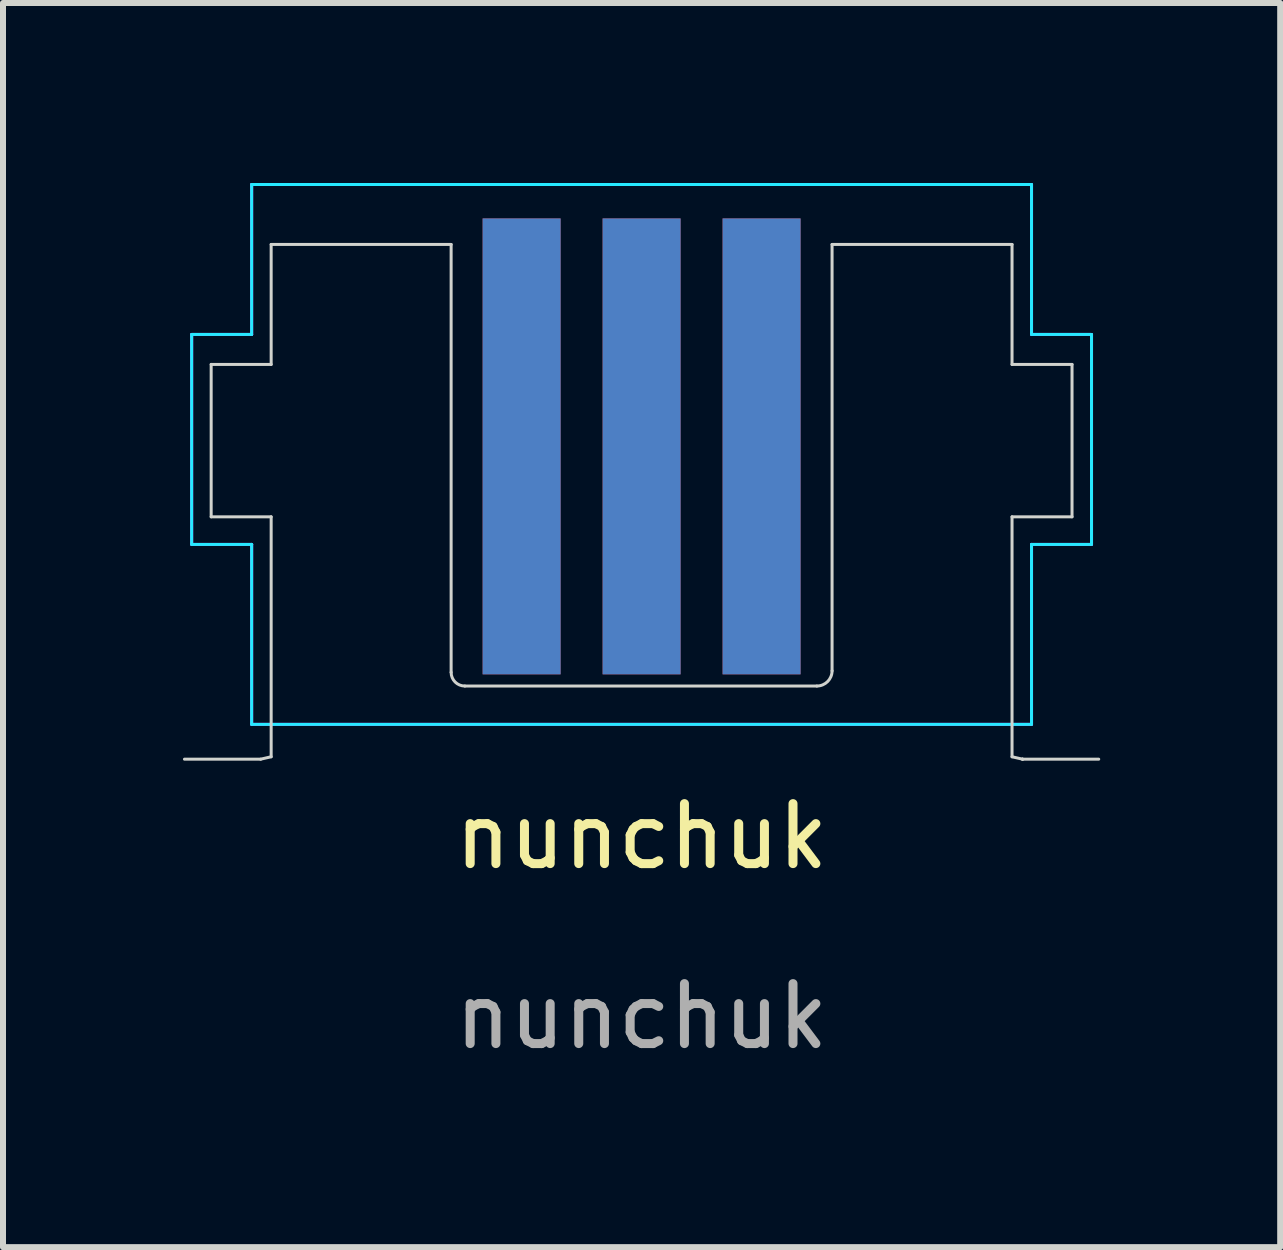
<source format=kicad_pcb>
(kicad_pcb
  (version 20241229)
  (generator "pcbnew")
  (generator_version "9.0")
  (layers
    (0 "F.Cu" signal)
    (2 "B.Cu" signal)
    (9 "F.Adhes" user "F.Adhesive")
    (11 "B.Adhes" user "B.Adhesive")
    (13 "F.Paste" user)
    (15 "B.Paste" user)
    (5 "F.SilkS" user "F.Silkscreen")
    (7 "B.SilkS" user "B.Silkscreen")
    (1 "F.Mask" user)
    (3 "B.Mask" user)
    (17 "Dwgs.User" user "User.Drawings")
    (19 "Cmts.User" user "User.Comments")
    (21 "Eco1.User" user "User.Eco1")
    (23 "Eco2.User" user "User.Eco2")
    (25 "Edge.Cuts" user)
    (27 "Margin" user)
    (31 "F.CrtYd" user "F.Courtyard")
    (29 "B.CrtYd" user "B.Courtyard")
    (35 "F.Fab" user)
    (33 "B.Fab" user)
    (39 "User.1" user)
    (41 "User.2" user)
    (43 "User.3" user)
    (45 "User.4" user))
  (footprint "nunchuk"
    (layer "F.Cu")
    (at 7.645 4.525)
    (property "Reference" "nunchuk" (at 0 6.366 0) (unlocked yes) (layer "F.SilkS") (effects (font (size 1 1) (thickness 0.15))))
    (fp_line (start -7.175 -1.5) (end -7.175 1.04) (stroke (width 0.05) (type default)) (layer "Edge.Cuts"))
    (fp_line (start -7.175 -1.5) (end -6.175 -1.5) (stroke (width 0.05) (type default)) (layer "Edge.Cuts"))
    (fp_line (start -6.35 5.08) (end -7.62 5.08) (stroke (width 0.05) (type default)) (layer "Edge.Cuts"))
    (fp_line (start -6.175 -3.5) (end -6.175 -1.5) (stroke (width 0.05) (type default)) (layer "Edge.Cuts"))
    (fp_line (start -6.175 -3.5) (end -3.175 -3.5) (stroke (width 0.05) (type default)) (layer "Edge.Cuts"))
    (fp_line (start -6.175 1.04) (end -7.175 1.04) (stroke (width 0.05) (type default)) (layer "Edge.Cuts"))
    (fp_line (start -6.175 1.04) (end -6.175 5.04) (stroke (width 0.05) (type default)) (layer "Edge.Cuts"))
    (fp_line (start -6.175 5.04) (end -6.35 5.08) (stroke (width 0.05) (type default)) (layer "Edge.Cuts"))
    (fp_line (start -3.175 -3.5) (end -3.175 3.632) (stroke (width 0.05) (type default)) (layer "Edge.Cuts"))
    (fp_line (start -2.946 3.861) (end 2.921 3.861) (stroke (width 0.05) (type default)) (layer "Edge.Cuts"))
    (fp_line (start 3.175 -3.5) (end 3.175 3.607) (stroke (width 0.05) (type default)) (layer "Edge.Cuts"))
    (fp_line (start 3.175 -3.5) (end 6.175 -3.5) (stroke (width 0.05) (type default)) (layer "Edge.Cuts"))
    (fp_line (start 6.175 -3.5) (end 6.175 -1.5) (stroke (width 0.05) (type default)) (layer "Edge.Cuts"))
    (fp_line (start 6.175 1.04) (end 6.175 5.04) (stroke (width 0.05) (type default)) (layer "Edge.Cuts"))
    (fp_line (start 6.175 5.04) (end 6.35 5.08) (stroke (width 0.05) (type default)) (layer "Edge.Cuts"))
    (fp_line (start 6.35 5.08) (end 6.35 5.08) (stroke (width 0.05) (type default)) (layer "Edge.Cuts"))
    (fp_line (start 6.35 5.08) (end 6.35 5.08) (stroke (width 0.05) (type default)) (layer "Edge.Cuts"))
    (fp_line (start 6.35 5.08) (end 7.62 5.08) (stroke (width 0.05) (type default)) (layer "Edge.Cuts"))
    (fp_line (start 7.175 -1.5) (end 6.175 -1.5) (stroke (width 0.05) (type default)) (layer "Edge.Cuts"))
    (fp_line (start 7.175 -1.5) (end 7.175 1.04) (stroke (width 0.05) (type default)) (layer "Edge.Cuts"))
    (fp_line (start 7.175 1.04) (end 6.175 1.04) (stroke (width 0.05) (type default)) (layer "Edge.Cuts"))
    (fp_arc (start -2.9464 3.8608) (mid -3.108045 3.793845) (end -3.175 3.6322) (stroke (width 0.05) (type default)) (layer "Edge.Cuts"))
    (fp_arc (start 3.175 3.6068) (mid 3.100605 3.786405) (end 2.921 3.8608) (stroke (width 0.05) (type default)) (layer "Edge.Cuts"))
    (fp_line (start -7.5 -2) (end -6.5 -2) (stroke (width 0.05) (type default)) (layer "B.CrtYd"))
    (fp_line (start -7.5 1.5) (end -7.5 -2) (stroke (width 0.05) (type default)) (layer "B.CrtYd"))
    (fp_line (start -6.5 -4.5) (end 6.5 -4.5) (stroke (width 0.05) (type default)) (layer "B.CrtYd"))
    (fp_line (start -6.5 -2) (end -6.5 -4.5) (stroke (width 0.05) (type default)) (layer "B.CrtYd"))
    (fp_line (start -6.5 1.5) (end -7.5 1.5) (stroke (width 0.05) (type default)) (layer "B.CrtYd"))
    (fp_line (start -6.5 4.5) (end -6.5 1.5) (stroke (width 0.05) (type default)) (layer "B.CrtYd"))
    (fp_line (start 6.5 -4.5) (end 6.5 -2) (stroke (width 0.05) (type default)) (layer "B.CrtYd"))
    (fp_line (start 6.5 -2) (end 7.5 -2) (stroke (width 0.05) (type default)) (layer "B.CrtYd"))
    (fp_line (start 6.5 1.5) (end 6.5 4.5) (stroke (width 0.05) (type default)) (layer "B.CrtYd"))
    (fp_line (start 6.5 4.5) (end -6.5 4.5) (stroke (width 0.05) (type default)) (layer "B.CrtYd"))
    (fp_line (start 7.5 -2) (end 7.5 1.5) (stroke (width 0.05) (type default)) (layer "B.CrtYd"))
    (fp_line (start 7.5 1.5) (end 6.5 1.5) (stroke (width 0.05) (type default)) (layer "B.CrtYd"))
    (fp_line (start -7.5 -2) (end -7.5 1.5) (stroke (width 0.05) (type default)) (layer "F.CrtYd"))
    (fp_line (start -7.5 1.5) (end -6.5 1.5) (stroke (width 0.05) (type default)) (layer "F.CrtYd"))
    (fp_line (start -6.5 -4.5) (end -6.5 -2) (stroke (width 0.05) (type default)) (layer "F.CrtYd"))
    (fp_line (start -6.5 -2) (end -7.5 -2) (stroke (width 0.05) (type default)) (layer "F.CrtYd"))
    (fp_line (start -6.5 1.5) (end -6.5 4.5) (stroke (width 0.05) (type default)) (layer "F.CrtYd"))
    (fp_line (start -6.5 4.5) (end 6.5 4.5) (stroke (width 0.05) (type default)) (layer "F.CrtYd"))
    (fp_line (start 6.5 -4.5) (end -6.5 -4.5) (stroke (width 0.05) (type default)) (layer "F.CrtYd"))
    (fp_line (start 6.5 -2) (end 6.5 -4.5) (stroke (width 0.05) (type default)) (layer "F.CrtYd"))
    (fp_line (start 6.5 1.5) (end 7.5 1.5) (stroke (width 0.05) (type default)) (layer "F.CrtYd"))
    (fp_line (start 6.5 4.5) (end 6.5 1.5) (stroke (width 0.05) (type default)) (layer "F.CrtYd"))
    (fp_line (start 7.5 -2) (end 6.5 -2) (stroke (width 0.05) (type default)) (layer "F.CrtYd"))
    (fp_line (start 7.5 1.5) (end 7.5 -2) (stroke (width 0.05) (type default)) (layer "F.CrtYd"))
    (fp_text user "${REFERENCE}" (at 0 9.366 0) (unlocked yes) (layer "F.Fab") (effects (font (size 1 1) (thickness 0.15))))
    (pad "1" smd rect (at -2 -0.134 270) (size 7.6 1.3) (layers "B.Cu" "B.Mask" "B.Paste"))
    (pad "2" smd rect (at 0 -0.134 270) (size 7.6 1.3) (layers "B.Cu" "B.Mask" "B.Paste"))
    (pad "3" smd rect (at 2 -0.134 270) (size 7.6 1.3) (layers "B.Cu" "B.Mask" "B.Paste"))
    (pad "4" smd rect (at 2 -0.134 90) (size 7.6 1.3) (layers "F.Cu" "F.Mask" "F.Paste"))
    (pad "5" smd rect (at 0 -0.134 90) (size 7.6 1.3) (layers "F.Cu" "F.Mask" "F.Paste"))
    (pad "6" smd rect (at -2 -0.134 90) (size 7.6 1.3) (layers "F.Cu" "F.Mask" "F.Paste")))
  (gr_rect
    (start -3 -3)
    (end 18.29 17.739)
    (stroke (width 0.1) (type default))
    (fill no)
    (layer "Edge.Cuts")))
</source>
